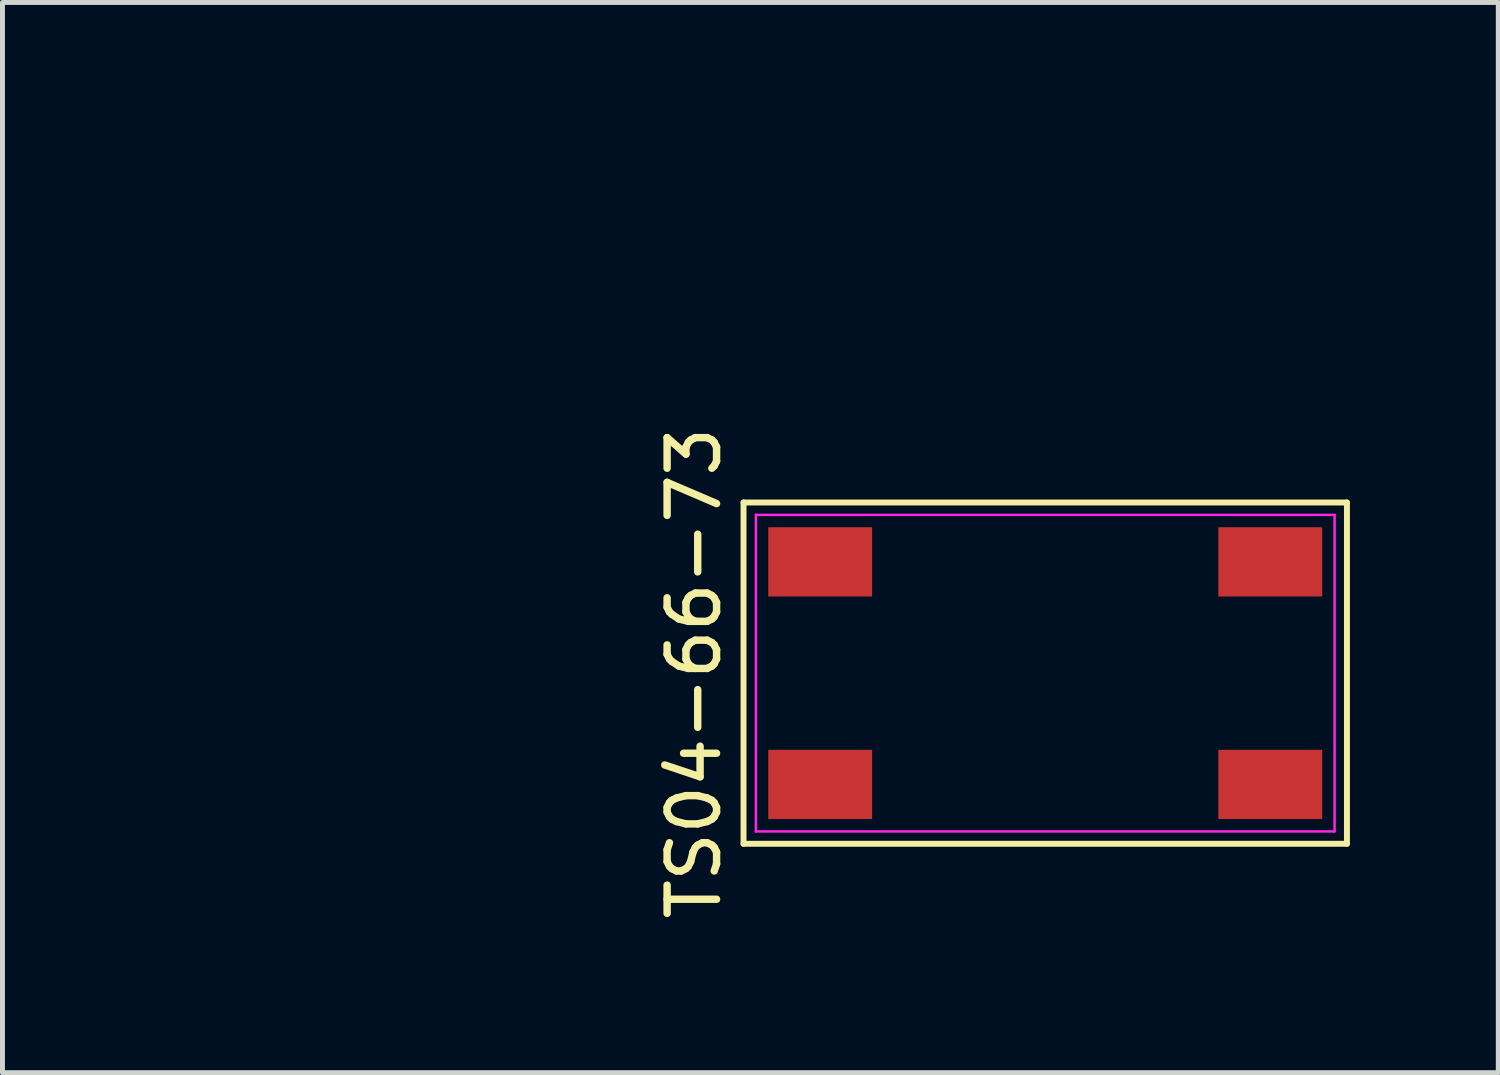
<source format=kicad_pcb>
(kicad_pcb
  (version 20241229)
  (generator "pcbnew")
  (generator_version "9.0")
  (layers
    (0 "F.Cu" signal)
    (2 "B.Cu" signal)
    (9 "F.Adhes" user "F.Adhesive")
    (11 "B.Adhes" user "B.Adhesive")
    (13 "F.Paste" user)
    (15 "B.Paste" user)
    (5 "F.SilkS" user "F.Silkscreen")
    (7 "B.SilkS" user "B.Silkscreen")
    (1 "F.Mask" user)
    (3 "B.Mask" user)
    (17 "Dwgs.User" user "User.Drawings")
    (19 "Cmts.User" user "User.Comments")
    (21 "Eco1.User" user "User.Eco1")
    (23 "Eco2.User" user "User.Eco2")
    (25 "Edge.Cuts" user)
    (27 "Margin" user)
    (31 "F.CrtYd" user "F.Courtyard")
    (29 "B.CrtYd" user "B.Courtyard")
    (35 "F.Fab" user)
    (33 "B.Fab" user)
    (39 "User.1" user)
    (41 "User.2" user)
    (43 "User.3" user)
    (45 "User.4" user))
  (footprint "TS04-66-73"
    (layer "F.Cu")
    (at 18.083 10.56)
    (property "Reference" "TS04-66-73" (at -7.1 0 90) (layer "F.SilkS") (effects (font (size 1 1) (thickness 0.15))))
    (attr through_hole)
    (fp_line (start -6.1 -3.45) (end 6.1 -3.45) (stroke (width 0.12) (type default)) (layer "F.SilkS"))
    (fp_line (start -6.1 3.45) (end -6.1 -3.45) (stroke (width 0.12) (type default)) (layer "F.SilkS"))
    (fp_line (start 6.1 -3.45) (end 6.1 3.45) (stroke (width 0.12) (type default)) (layer "F.SilkS"))
    (fp_line (start 6.1 3.45) (end -6.1 3.45) (stroke (width 0.12) (type default)) (layer "F.SilkS"))
    (fp_line (start -5.85 -3.2) (end 5.85 -3.2) (stroke (width 0.05) (type default)) (layer "F.CrtYd"))
    (fp_line (start -5.85 3.2) (end -5.85 -3.2) (stroke (width 0.05) (type default)) (layer "F.CrtYd"))
    (fp_line (start 5.85 -3.2) (end 5.85 3.2) (stroke (width 0.05) (type default)) (layer "F.CrtYd"))
    (fp_line (start 5.85 3.2) (end -5.85 3.2) (stroke (width 0.05) (type default)) (layer "F.CrtYd"))
    (dimension (type aligned) (layer "User.1") (pts (xy 12.483 8.31) (xy 23.683 8.31)) (height -6.45) (format (prefix "") (suffix "") (units 3) (units_format 1) (precision 4)) (style (thickness 0.1) (arrow_length 1.27) (text_position_mode 0) (arrow_direction outward) (extension_height 0.586) (extension_offset 0.5) (keep_text_aligned yes)) (gr_text "11.2000 mm" (at 18.083 0.76 0) (layer "User.1") (effects (font (size 1 1) (thickness 0.1)))))
    (dimension (type aligned) (layer "User.1") (pts (xy 14.583 8.31) (xy 21.583 8.31)) (height -2.65) (format (prefix "") (suffix "") (units 3) (units_format 1) (precision 4)) (style (thickness 0.1) (arrow_length 1.27) (text_position_mode 0) (arrow_direction outward) (extension_height 0.586) (extension_offset 0.5) (keep_text_aligned yes)) (gr_text "7.0000 mm" (at 18.083 4.561 0) (layer "User.1") (effects (font (size 1 1) (thickness 0.1)))))
    (dimension (type aligned) (layer "User.1") (pts (xy 12.483 7.611) (xy 12.483 13.511)) (height 7) (format (prefix "") (suffix "") (units 3) (units_format 1) (precision 4)) (style (thickness 0.1) (arrow_length 1.27) (text_position_mode 0) (arrow_direction outward) (extension_height 0.586) (extension_offset 0.5) (keep_text_aligned yes)) (gr_text "5.9000 mm" (at 4.383 10.56 90) (layer "User.1") (effects (font (size 1 1) (thickness 0.1)))))
    (dimension (type aligned) (layer "User.1") (pts (xy 13.533 9.011) (xy 13.533 12.111)) (height 4.95) (format (prefix "") (suffix "") (units 3) (units_format 1) (precision 4)) (style (thickness 0.1) (arrow_length 1.27) (text_position_mode 0) (arrow_direction outward) (extension_height 0.586) (extension_offset 0.5) (keep_text_aligned yes)) (gr_text "3.1000 mm" (at 7.483 10.56 90) (layer "User.1") (effects (font (size 1 1) (thickness 0.1)))))
    (pad "1" smd rect (at -4.55 -2.25) (size 2.1 1.4) (layers "F.Cu" "F.Mask" "F.Paste"))
    (pad "1" smd rect (at 4.55 -2.25) (size 2.1 1.4) (layers "F.Cu" "F.Mask" "F.Paste"))
    (pad "2" smd rect (at -4.55 2.25) (size 2.1 1.4) (layers "F.Cu" "F.Mask" "F.Paste"))
    (pad "2" smd rect (at 4.55 2.25) (size 2.1 1.4) (layers "F.Cu" "F.Mask" "F.Paste")))
  (gr_rect
    (start -3 -3)
    (end 27.243 18.638)
    (stroke (width 0.1) (type default))
    (fill no)
    (layer "Edge.Cuts")))
</source>
